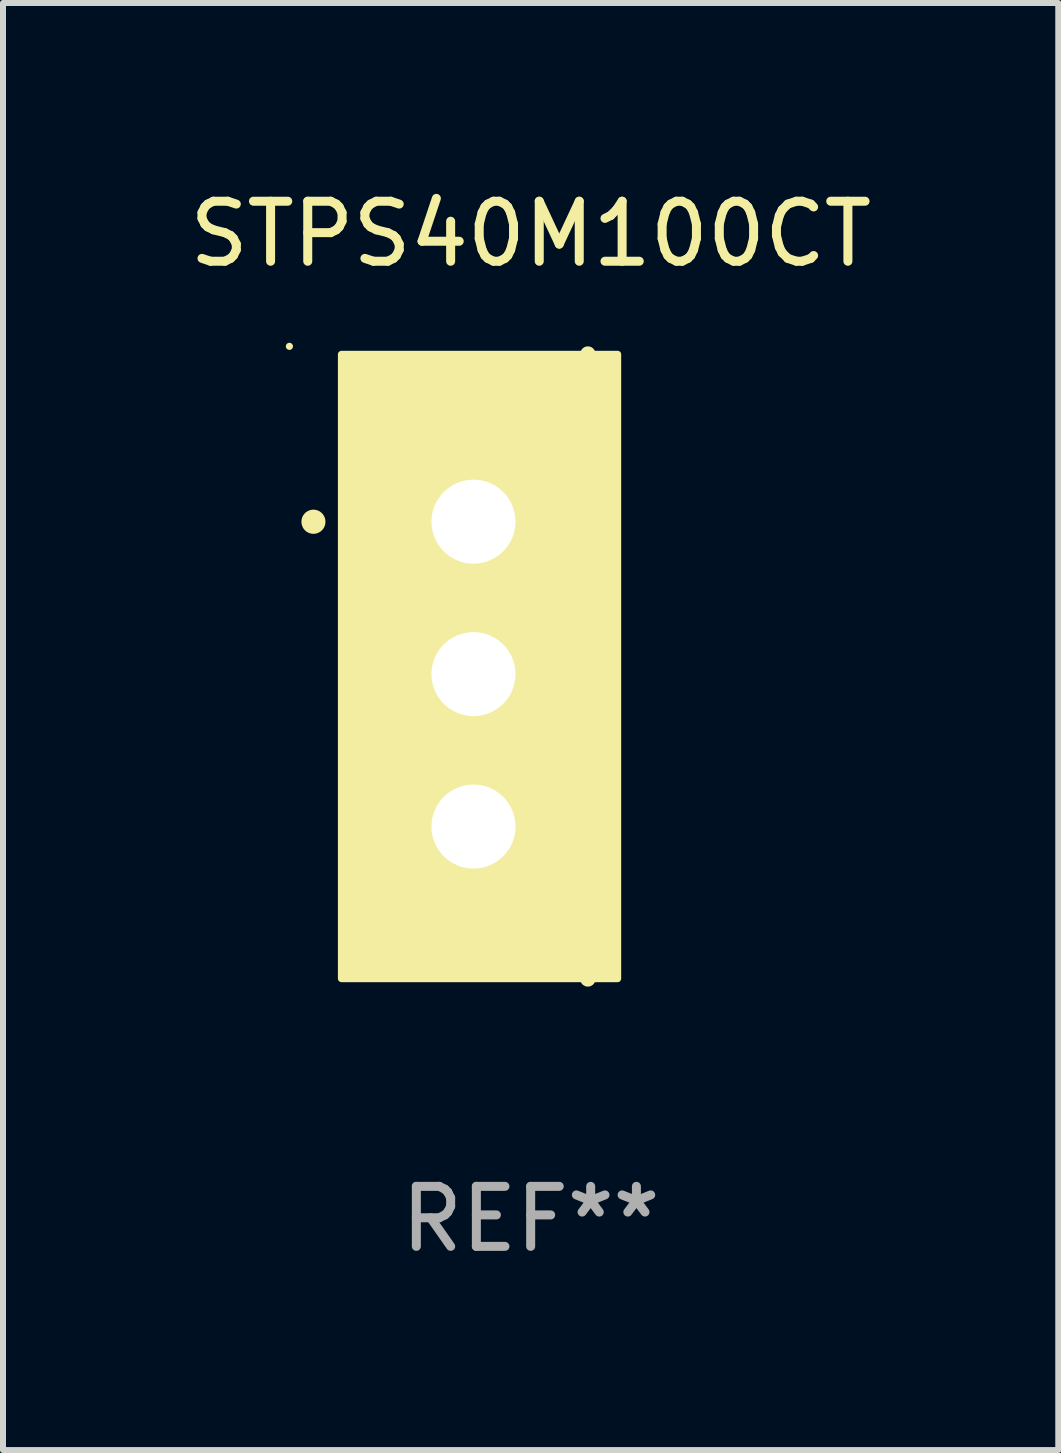
<source format=kicad_pcb>
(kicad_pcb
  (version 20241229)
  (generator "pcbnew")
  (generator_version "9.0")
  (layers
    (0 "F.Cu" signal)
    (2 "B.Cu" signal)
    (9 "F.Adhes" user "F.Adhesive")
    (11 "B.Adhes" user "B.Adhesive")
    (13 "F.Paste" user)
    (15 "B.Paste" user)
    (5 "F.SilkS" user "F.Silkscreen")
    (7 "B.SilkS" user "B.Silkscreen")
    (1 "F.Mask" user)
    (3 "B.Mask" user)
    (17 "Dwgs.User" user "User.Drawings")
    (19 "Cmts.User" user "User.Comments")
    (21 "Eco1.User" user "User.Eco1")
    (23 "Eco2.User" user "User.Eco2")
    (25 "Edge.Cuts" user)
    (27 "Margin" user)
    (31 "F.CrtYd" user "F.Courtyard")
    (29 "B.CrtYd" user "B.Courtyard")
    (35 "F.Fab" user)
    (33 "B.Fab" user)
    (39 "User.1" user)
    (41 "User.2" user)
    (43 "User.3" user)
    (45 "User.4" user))
  (footprint "STPS40M100CT"
    (layer "F.Cu")
    (at 5.792 8.055)
    (property "Reference" "STPS40M100CT" (at 0 -7.207 0) (layer "F.SilkS") (effects (font (size 1 1) (thickness 0.15))))
    (attr through_hole)
    (fp_line (start 0.953 5.207) (end 0.953 -5.207) (stroke (width 0.254) (type solid)) (layer "F.SilkS"))
    (fp_arc (start -3.619507 -2.410465) (mid -3.619511 -2.411735) (end -3.619507 -2.413005) (stroke (width 0.4) (type solid)) (layer "F.SilkS"))
    (fp_circle (center -4.02 -5.334) (end -3.99 -5.334) (stroke (width 0.06) (type solid)) (fill no) (layer "F.SilkS"))
    (fp_poly (pts (xy -3.152 -5.2) (xy 1.448 -5.2) (xy 1.448 5.2) (xy -3.152 5.2)) (stroke (width 0.12) (type solid)) (fill yes) (layer "F.SilkS"))
    (fp_text user "REF**" (at 0 9.207 0) (layer "F.Fab") (effects (font (size 1 1) (thickness 0.15))))
    (pad "1" thru_hole rect (at -0.953 -2.413 270) (size 2 2.5) (drill 1.4) (layers "*.Cu" "*.Mask"))
    (pad "2" thru_hole oval (at -0.953 0.127 270) (size 2 2.5) (drill 1.4) (layers "*.Cu" "*.Mask"))
    (pad "3" thru_hole oval (at -0.953 2.667 270) (size 2 2.5) (drill 1.4) (layers "*.Cu" "*.Mask")))
  (gr_rect
    (start -3 -3)
    (end 14.583 21.111)
    (stroke (width 0.1) (type default))
    (fill no)
    (layer "Edge.Cuts")))
</source>
